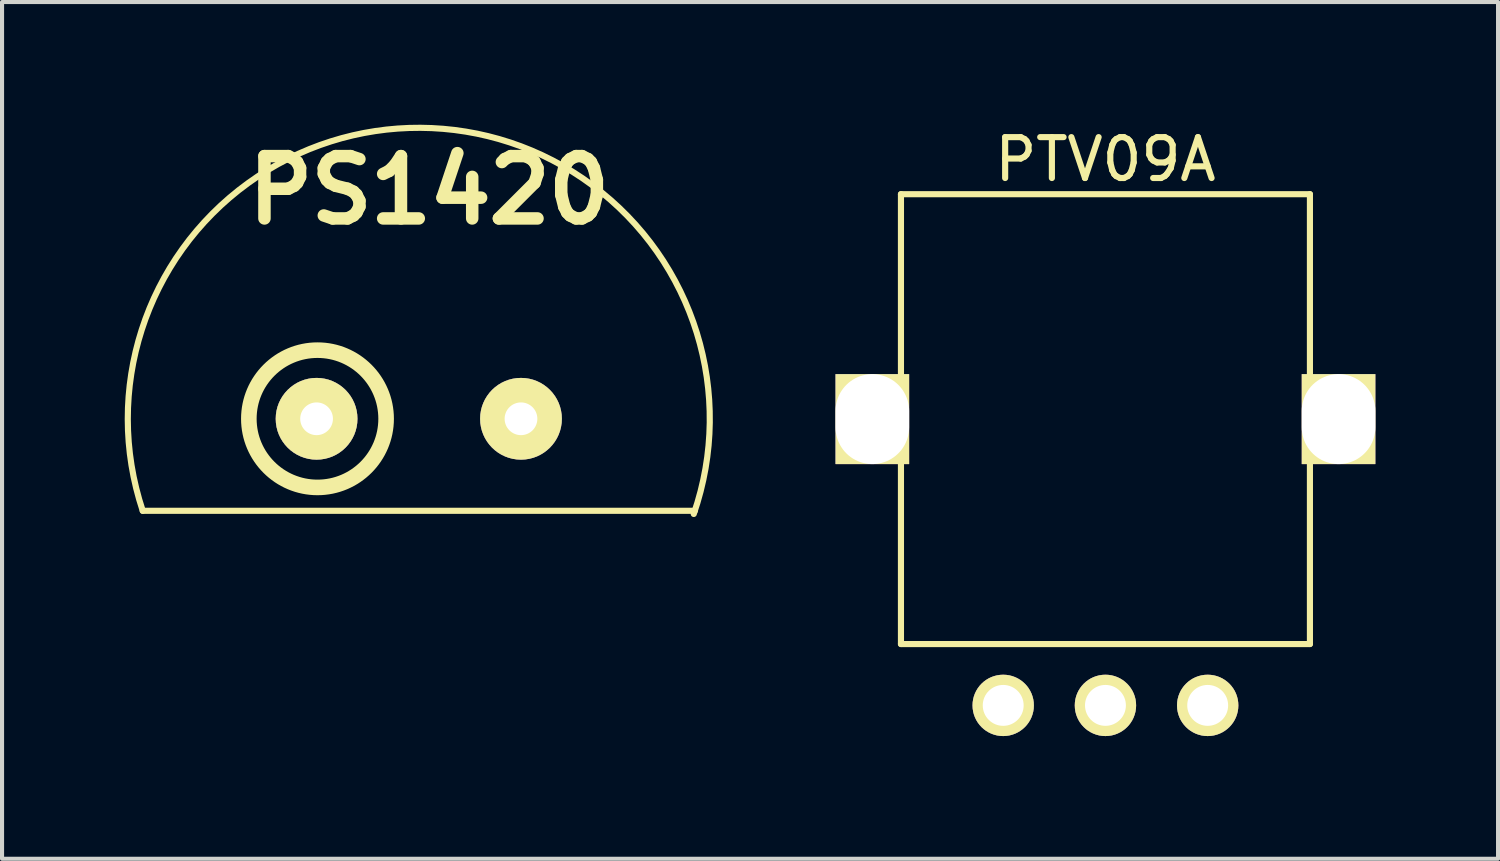
<source format=kicad_pcb>
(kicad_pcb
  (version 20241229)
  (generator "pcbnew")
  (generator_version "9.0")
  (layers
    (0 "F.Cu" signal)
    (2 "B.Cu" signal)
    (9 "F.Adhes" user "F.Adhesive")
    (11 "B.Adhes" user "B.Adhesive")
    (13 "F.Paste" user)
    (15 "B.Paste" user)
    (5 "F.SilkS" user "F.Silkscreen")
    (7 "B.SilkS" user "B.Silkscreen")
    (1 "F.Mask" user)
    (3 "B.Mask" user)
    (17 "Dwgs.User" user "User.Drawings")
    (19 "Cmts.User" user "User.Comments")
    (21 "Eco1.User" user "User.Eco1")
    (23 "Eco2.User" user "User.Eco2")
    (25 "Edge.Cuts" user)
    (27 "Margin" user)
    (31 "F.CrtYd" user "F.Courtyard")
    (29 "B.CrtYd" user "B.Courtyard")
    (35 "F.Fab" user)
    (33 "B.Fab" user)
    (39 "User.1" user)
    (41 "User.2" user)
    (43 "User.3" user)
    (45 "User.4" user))
  (footprint "PTV09A"
    (layer "F.Cu")
    (at 23.98 7.198)
    (property "Reference" "PTV09A" (at 0 -6.35 0) (layer "F.SilkS") (effects (font (size 1 1) (thickness 0.15))))
    (attr through_hole)
    (fp_line (start -5 -5.5) (end -5 5.5) (stroke (width 0.15) (type solid)) (layer "F.SilkS"))
    (fp_line (start -5 5.5) (end 5 5.5) (stroke (width 0.15) (type solid)) (layer "F.SilkS"))
    (fp_line (start 5 -5.5) (end -5 -5.5) (stroke (width 0.15) (type solid)) (layer "F.SilkS"))
    (fp_line (start 5 5.5) (end 5 -5.5) (stroke (width 0.15) (type solid)) (layer "F.SilkS"))
    (pad "" np_thru_hole rect (at -5.7 0) (size 1.8 2.2) (drill oval 1.8 2.2) (layers "*.Cu" "*.Mask" "F.SilkS"))
    (pad "" np_thru_hole rect (at 5.7 0) (size 1.8 2.2) (drill oval 1.8 2.2) (layers "*.Cu" "*.Mask" "F.SilkS"))
    (pad "1" thru_hole circle (at -2.5 7 180) (size 1.5 1.5) (drill 1) (layers "*.Cu" "*.Mask" "F.SilkS"))
    (pad "2" thru_hole circle (at 0 7 180) (size 1.5 1.5) (drill 1) (layers "*.Cu" "*.Mask" "F.SilkS"))
    (pad "3" thru_hole circle (at 2.5 7 180) (size 1.5 1.5) (drill 1) (layers "*.Cu" "*.Mask" "F.SilkS")))
  (footprint "PS1420"
    (layer "F.Cu")
    (at 7.19 7.19)
    (property "Reference" "PS1420" (at 0.254 -5.588 0) (layer "F.SilkS") (effects (font (size 1.524 1.524) (thickness 0.305))))
    (attr through_hole)
    (fp_line (start 6.75 2.25) (end -6.75 2.25) (stroke (width 0.15) (type solid)) (layer "F.SilkS"))
    (fp_arc (start -6.75 2.25) (mid 0.040889 -7.115007) (end 6.723694 2.327432) (stroke (width 0.15) (type solid)) (layer "F.SilkS"))
    (fp_circle (center -2.477 0) (end -1.016 0.826) (stroke (width 0.381) (type solid)) (fill no) (layer "F.SilkS"))
    (pad "1" thru_hole circle (at -2.499 0) (size 1.999 1.999) (drill 0.8) (layers "*.Cu" "*.Mask" "F.SilkS"))
    (pad "2" thru_hole circle (at 2.499 0) (size 1.999 1.999) (drill 0.8) (layers "*.Cu" "*.Mask" "F.SilkS")))
  (gr_rect
    (start -3 -3)
    (end 33.58 17.948)
    (stroke (width 0.1) (type default))
    (fill no)
    (layer "Edge.Cuts")))
</source>
